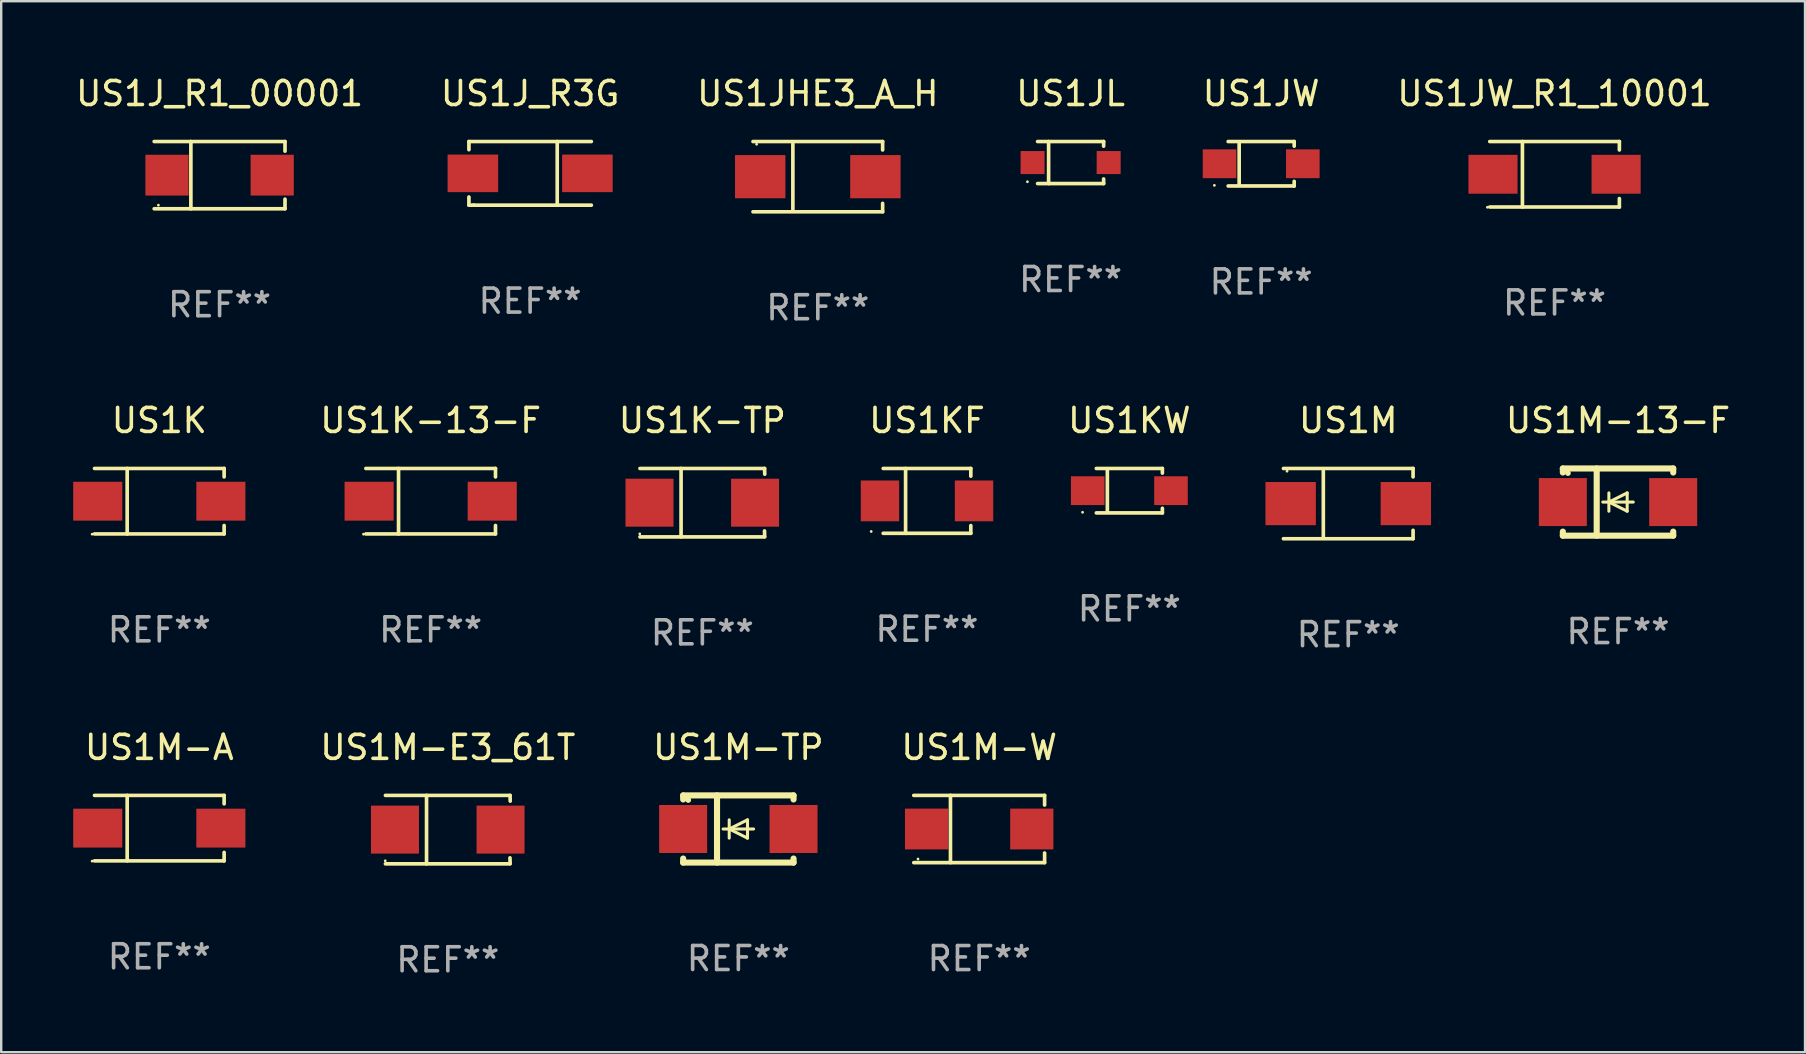
<source format=kicad_pcb>
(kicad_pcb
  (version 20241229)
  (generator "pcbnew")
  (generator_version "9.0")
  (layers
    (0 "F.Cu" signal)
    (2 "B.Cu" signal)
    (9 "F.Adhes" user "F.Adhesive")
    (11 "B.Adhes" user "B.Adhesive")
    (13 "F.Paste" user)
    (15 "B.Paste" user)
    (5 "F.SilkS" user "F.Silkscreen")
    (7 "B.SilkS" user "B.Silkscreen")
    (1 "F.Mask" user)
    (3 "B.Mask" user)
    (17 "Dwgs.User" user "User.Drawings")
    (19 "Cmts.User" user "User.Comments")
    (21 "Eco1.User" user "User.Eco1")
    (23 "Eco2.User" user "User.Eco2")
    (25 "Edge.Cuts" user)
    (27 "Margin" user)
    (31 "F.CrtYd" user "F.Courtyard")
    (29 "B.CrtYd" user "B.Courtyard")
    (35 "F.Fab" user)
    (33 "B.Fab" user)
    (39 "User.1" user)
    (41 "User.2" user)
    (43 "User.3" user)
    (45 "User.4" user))
  (footprint "US1K"
    (layer "F.Cu")
    (at 3.589 17.836)
    (property "Reference" "US1K" (at 0 -3.364 0) (layer "F.SilkS") (effects (font (size 1 1) (thickness 0.15))))
    (attr through_hole)
    (fp_line (start -2.701 -1.364) (end 2.701 -1.364) (stroke (width 0.152) (type solid)) (layer "F.SilkS"))
    (fp_line (start -2.701 1.364) (end 2.701 1.364) (stroke (width 0.152) (type solid)) (layer "F.SilkS"))
    (fp_line (start -1.339 -1.364) (end -1.339 1.364) (stroke (width 0.152) (type solid)) (layer "F.SilkS"))
    (fp_line (start 2.701 -1.364) (end 2.701 -1.013) (stroke (width 0.152) (type solid)) (layer "F.SilkS"))
    (fp_line (start 2.701 1.364) (end 2.701 1.013) (stroke (width 0.152) (type solid)) (layer "F.SilkS"))
    (fp_circle (center -2.8 1.375) (end -2.77 1.375) (stroke (width 0.06) (type solid)) (fill no) (layer "F.SilkS"))
    (fp_text user "REF**" (at 0 5.364 0) (layer "F.Fab") (effects (font (size 1 1) (thickness 0.15))))
    (pad "1" smd rect (at -2.565 -0.000025) (size 2.046 1.62) (layers "F.Cu" "F.Mask" "F.Paste"))
    (pad "2" smd rect (at 2.565 -0.000025) (size 2.046 1.62) (layers "F.Cu" "F.Mask" "F.Paste")))
  (footprint "US1JW"
    (layer "F.Cu")
    (at 49.506 3.774)
    (property "Reference" "US1JW" (at 0 -2.926 0) (layer "F.SilkS") (effects (font (size 1 1) (thickness 0.15))))
    (attr through_hole)
    (fp_line (start -1.376 -0.926) (end 1.376 -0.926) (stroke (width 0.152) (type solid)) (layer "F.SilkS"))
    (fp_line (start -1.376 0.926) (end 1.376 0.926) (stroke (width 0.152) (type solid)) (layer "F.SilkS"))
    (fp_line (start -0.917 -0.876) (end -0.917 0.876) (stroke (width 0.152) (type solid)) (layer "F.SilkS"))
    (fp_line (start 1.376 -0.926) (end 1.376 -0.733) (stroke (width 0.152) (type solid)) (layer "F.SilkS"))
    (fp_line (start 1.376 0.926) (end 1.376 0.733) (stroke (width 0.152) (type solid)) (layer "F.SilkS"))
    (fp_circle (center -1.95 0.9) (end -1.92 0.9) (stroke (width 0.06) (type solid)) (fill no) (layer "F.SilkS"))
    (fp_text user "REF**" (at 0 4.926 0) (layer "F.Fab") (effects (font (size 1 1) (thickness 0.15))))
    (pad "1" smd rect (at -1.735 0) (size 1.4 1.2) (layers "F.Cu" "F.Mask" "F.Paste"))
    (pad "2" smd rect (at 1.735 0) (size 1.4 1.2) (layers "F.Cu" "F.Mask" "F.Paste")))
  (footprint "US1M-TP"
    (layer "F.Cu")
    (at 27.719 31.496)
    (property "Reference" "US1M-TP" (at 0 -3.4 0) (layer "F.SilkS") (effects (font (size 1 1) (thickness 0.15))))
    (attr through_hole)
    (fp_line (start -2.3 -1.4) (end -2.3 -1.231) (stroke (width 0.254) (type solid)) (layer "F.SilkS"))
    (fp_line (start -2.3 -1.4) (end 2.3 -1.4) (stroke (width 0.254) (type solid)) (layer "F.SilkS"))
    (fp_line (start -2.3 1.231) (end -2.3 1.4) (stroke (width 0.254) (type solid)) (layer "F.SilkS"))
    (fp_line (start -2.3 1.4) (end 2.3 1.4) (stroke (width 0.254) (type solid)) (layer "F.SilkS"))
    (fp_line (start -0.889 1.4) (end -0.889 -1.4) (stroke (width 0.254) (type solid)) (layer "F.SilkS"))
    (fp_line (start -0.381 0) (end -0.381 -0.381) (stroke (width 0.127) (type solid)) (layer "F.SilkS"))
    (fp_line (start -0.381 0) (end -0.381 0.381) (stroke (width 0.127) (type solid)) (layer "F.SilkS"))
    (fp_line (start 0.381 -0.381) (end -0.381 0) (stroke (width 0.127) (type solid)) (layer "F.SilkS"))
    (fp_line (start 0.381 0) (end 0.381 -0.381) (stroke (width 0.127) (type solid)) (layer "F.SilkS"))
    (fp_line (start 0.381 0) (end 0.381 0.381) (stroke (width 0.127) (type solid)) (layer "F.SilkS"))
    (fp_line (start 0.381 0.381) (end -0.381 0) (stroke (width 0.127) (type solid)) (layer "F.SilkS"))
    (fp_line (start 0.635 0) (end -0.635 0) (stroke (width 0.127) (type solid)) (layer "F.SilkS"))
    (fp_line (start 2.3 -1.4) (end 2.3 -1.231) (stroke (width 0.254) (type solid)) (layer "F.SilkS"))
    (fp_line (start 2.3 1.231) (end 2.3 1.4) (stroke (width 0.254) (type solid)) (layer "F.SilkS"))
    (fp_circle (center -2.088 -1.208) (end -2.028 -1.208) (stroke (width 0.12) (type solid)) (fill no) (layer "F.SilkS"))
    (fp_text user "REF**" (at 0 5.4 0) (layer "F.Fab") (effects (font (size 1 1) (thickness 0.15))))
    (pad "1" smd rect (at -2.3 0 180) (size 2 2) (layers "F.Cu" "F.Mask" "F.Paste"))
    (pad "2" smd rect (at 2.3 0 180) (size 2 2) (layers "F.Cu" "F.Mask" "F.Paste")))
  (footprint "US1M-A"
    (layer "F.Cu")
    (at 3.589 31.46)
    (property "Reference" "US1M-A" (at 0 -3.364 0) (layer "F.SilkS") (effects (font (size 1 1) (thickness 0.15))))
    (attr through_hole)
    (fp_line (start -2.701 -1.364) (end 2.701 -1.364) (stroke (width 0.152) (type solid)) (layer "F.SilkS"))
    (fp_line (start -2.701 1.364) (end 2.701 1.364) (stroke (width 0.152) (type solid)) (layer "F.SilkS"))
    (fp_line (start -1.339 -1.364) (end -1.339 1.364) (stroke (width 0.152) (type solid)) (layer "F.SilkS"))
    (fp_line (start 2.701 -1.364) (end 2.701 -1.013) (stroke (width 0.152) (type solid)) (layer "F.SilkS"))
    (fp_line (start 2.701 1.364) (end 2.701 1.013) (stroke (width 0.152) (type solid)) (layer "F.SilkS"))
    (fp_circle (center -2.8 1.375) (end -2.77 1.375) (stroke (width 0.06) (type solid)) (fill no) (layer "F.SilkS"))
    (fp_text user "REF**" (at 0 5.364 0) (layer "F.Fab") (effects (font (size 1 1) (thickness 0.15))))
    (pad "1" smd rect (at -2.565 -0.000025) (size 2.046 1.62) (layers "F.Cu" "F.Mask" "F.Paste"))
    (pad "2" smd rect (at 2.565 -0.000025) (size 2.046 1.62) (layers "F.Cu" "F.Mask" "F.Paste")))
  (footprint "US1KW"
    (layer "F.Cu")
    (at 44.013 17.398)
    (property "Reference" "US1KW" (at 0 -2.926 0) (layer "F.SilkS") (effects (font (size 1 1) (thickness 0.15))))
    (attr through_hole)
    (fp_line (start -1.376 -0.926) (end 1.376 -0.926) (stroke (width 0.152) (type solid)) (layer "F.SilkS"))
    (fp_line (start -1.376 0.926) (end 1.376 0.926) (stroke (width 0.152) (type solid)) (layer "F.SilkS"))
    (fp_line (start -0.917 -0.876) (end -0.917 0.876) (stroke (width 0.152) (type solid)) (layer "F.SilkS"))
    (fp_line (start 1.376 -0.926) (end 1.376 -0.733) (stroke (width 0.152) (type solid)) (layer "F.SilkS"))
    (fp_line (start 1.376 0.926) (end 1.376 0.733) (stroke (width 0.152) (type solid)) (layer "F.SilkS"))
    (fp_circle (center -1.95 0.9) (end -1.92 0.9) (stroke (width 0.06) (type solid)) (fill no) (layer "F.SilkS"))
    (fp_text user "REF**" (at 0 4.926 0) (layer "F.Fab") (effects (font (size 1 1) (thickness 0.15))))
    (pad "1" smd rect (at -1.735 0) (size 1.4 1.2) (layers "F.Cu" "F.Mask" "F.Paste"))
    (pad "2" smd rect (at 1.735 0) (size 1.4 1.2) (layers "F.Cu" "F.Mask" "F.Paste")))
  (footprint "US1M-E3_61T"
    (layer "F.Cu")
    (at 15.612 31.522)
    (property "Reference" "US1M-E3_61T" (at 0 -3.426 0) (layer "F.SilkS") (effects (font (size 1 1) (thickness 0.15))))
    (attr through_hole)
    (fp_line (start -2.6 -1.426) (end 2.593 -1.426) (stroke (width 0.152) (type solid)) (layer "F.SilkS"))
    (fp_line (start -2.6 1.426) (end 2.593 1.426) (stroke (width 0.152) (type solid)) (layer "F.SilkS"))
    (fp_line (start -0.887 -1.426) (end -0.887 1.426) (stroke (width 0.152) (type solid)) (layer "F.SilkS"))
    (fp_line (start 2.59 1.176) (end 2.597 1.415) (stroke (width 0.152) (type solid)) (layer "F.SilkS"))
    (fp_line (start 2.593 -1.426) (end 2.6 -1.187) (stroke (width 0.152) (type solid)) (layer "F.SilkS"))
    (fp_circle (center -2.608 1.3) (end -2.578 1.3) (stroke (width 0.06) (type solid)) (fill no) (layer "F.SilkS"))
    (fp_text user "REF**" (at 0 5.426 0) (layer "F.Fab") (effects (font (size 1 1) (thickness 0.15))))
    (pad "1" smd rect (at -2.203 0 180) (size 2 2) (layers "F.Cu" "F.Mask" "F.Paste"))
    (pad "2" smd rect (at 2.197 0 180) (size 2 2) (layers "F.Cu" "F.Mask" "F.Paste")))
  (footprint "US1K-TP"
    (layer "F.Cu")
    (at 26.219 17.898)
    (property "Reference" "US1K-TP" (at 0 -3.426 0) (layer "F.SilkS") (effects (font (size 1 1) (thickness 0.15))))
    (attr through_hole)
    (fp_line (start -2.6 -1.426) (end 2.593 -1.426) (stroke (width 0.152) (type solid)) (layer "F.SilkS"))
    (fp_line (start -2.6 1.426) (end 2.593 1.426) (stroke (width 0.152) (type solid)) (layer "F.SilkS"))
    (fp_line (start -0.887 -1.426) (end -0.887 1.426) (stroke (width 0.152) (type solid)) (layer "F.SilkS"))
    (fp_line (start 2.59 1.176) (end 2.597 1.415) (stroke (width 0.152) (type solid)) (layer "F.SilkS"))
    (fp_line (start 2.593 -1.426) (end 2.6 -1.187) (stroke (width 0.152) (type solid)) (layer "F.SilkS"))
    (fp_circle (center -2.608 1.3) (end -2.578 1.3) (stroke (width 0.06) (type solid)) (fill no) (layer "F.SilkS"))
    (fp_text user "REF**" (at 0 5.426 0) (layer "F.Fab") (effects (font (size 1 1) (thickness 0.15))))
    (pad "1" smd rect (at -2.203 0 180) (size 2 2) (layers "F.Cu" "F.Mask" "F.Paste"))
    (pad "2" smd rect (at 2.197 0 180) (size 2 2) (layers "F.Cu" "F.Mask" "F.Paste")))
  (footprint "US1M-13-F"
    (layer "F.Cu")
    (at 64.377 17.872)
    (property "Reference" "US1M-13-F" (at 0 -3.4 0) (layer "F.SilkS") (effects (font (size 1 1) (thickness 0.15))))
    (attr through_hole)
    (fp_line (start -2.3 -1.4) (end -2.3 -1.231) (stroke (width 0.254) (type solid)) (layer "F.SilkS"))
    (fp_line (start -2.3 -1.4) (end 2.3 -1.4) (stroke (width 0.254) (type solid)) (layer "F.SilkS"))
    (fp_line (start -2.3 1.231) (end -2.3 1.4) (stroke (width 0.254) (type solid)) (layer "F.SilkS"))
    (fp_line (start -2.3 1.4) (end 2.3 1.4) (stroke (width 0.254) (type solid)) (layer "F.SilkS"))
    (fp_line (start -0.889 1.4) (end -0.889 -1.4) (stroke (width 0.254) (type solid)) (layer "F.SilkS"))
    (fp_line (start -0.381 0) (end -0.381 -0.381) (stroke (width 0.127) (type solid)) (layer "F.SilkS"))
    (fp_line (start -0.381 0) (end -0.381 0.381) (stroke (width 0.127) (type solid)) (layer "F.SilkS"))
    (fp_line (start 0.381 -0.381) (end -0.381 0) (stroke (width 0.127) (type solid)) (layer "F.SilkS"))
    (fp_line (start 0.381 0) (end 0.381 -0.381) (stroke (width 0.127) (type solid)) (layer "F.SilkS"))
    (fp_line (start 0.381 0) (end 0.381 0.381) (stroke (width 0.127) (type solid)) (layer "F.SilkS"))
    (fp_line (start 0.381 0.381) (end -0.381 0) (stroke (width 0.127) (type solid)) (layer "F.SilkS"))
    (fp_line (start 0.635 0) (end -0.635 0) (stroke (width 0.127) (type solid)) (layer "F.SilkS"))
    (fp_line (start 2.3 -1.4) (end 2.3 -1.231) (stroke (width 0.254) (type solid)) (layer "F.SilkS"))
    (fp_line (start 2.3 1.231) (end 2.3 1.4) (stroke (width 0.254) (type solid)) (layer "F.SilkS"))
    (fp_circle (center -2.088 -1.208) (end -2.028 -1.208) (stroke (width 0.12) (type solid)) (fill no) (layer "F.SilkS"))
    (fp_text user "REF**" (at 0 5.4 0) (layer "F.Fab") (effects (font (size 1 1) (thickness 0.15))))
    (pad "1" smd rect (at -2.3 0 180) (size 2 2) (layers "F.Cu" "F.Mask" "F.Paste"))
    (pad "2" smd rect (at 2.3 0 180) (size 2 2) (layers "F.Cu" "F.Mask" "F.Paste")))
  (footprint "US1M"
    (layer "F.Cu")
    (at 53.135 17.936)
    (property "Reference" "US1M" (at 0 -3.464 0) (layer "F.SilkS") (effects (font (size 1 1) (thickness 0.15))))
    (attr through_hole)
    (fp_line (start -2.701 -1.464) (end 2.701 -1.464) (stroke (width 0.152) (type solid)) (layer "F.SilkS"))
    (fp_line (start -2.701 1.464) (end 2.701 1.464) (stroke (width 0.152) (type solid)) (layer "F.SilkS"))
    (fp_line (start -1.039 -1.364) (end -1.039 1.364) (stroke (width 0.152) (type solid)) (layer "F.SilkS"))
    (fp_line (start 2.701 -1.464) (end 2.701 -1.113) (stroke (width 0.152) (type solid)) (layer "F.SilkS"))
    (fp_line (start 2.701 1.464) (end 2.701 1.113) (stroke (width 0.152) (type solid)) (layer "F.SilkS"))
    (fp_circle (center -2.55 -1.35) (end -2.52 -1.35) (stroke (width 0.06) (type solid)) (fill no) (layer "F.SilkS"))
    (fp_text user "REF**" (at 0 5.464 0) (layer "F.Fab") (effects (font (size 1 1) (thickness 0.15))))
    (pad "1" smd rect (at -2.4 0) (size 2.1 1.8) (layers "F.Cu" "F.Mask" "F.Paste"))
    (pad "2" smd rect (at 2.4 0) (size 2.1 1.8) (layers "F.Cu" "F.Mask" "F.Paste")))
  (footprint "US1KF"
    (layer "F.Cu")
    (at 35.58 17.823)
    (property "Reference" "US1KF" (at 0 -3.351 0) (layer "F.SilkS") (effects (font (size 1 1) (thickness 0.15))))
    (attr through_hole)
    (fp_line (start -1.826 -1.351) (end 1.826 -1.351) (stroke (width 0.152) (type solid)) (layer "F.SilkS"))
    (fp_line (start -1.826 1.351) (end 1.826 1.351) (stroke (width 0.152) (type solid)) (layer "F.SilkS"))
    (fp_line (start -0.892 -1.351) (end -0.892 1.351) (stroke (width 0.152) (type solid)) (layer "F.SilkS"))
    (fp_line (start 1.826 -1.351) (end 1.826 -1.03) (stroke (width 0.152) (type solid)) (layer "F.SilkS"))
    (fp_line (start 1.826 1.03) (end 1.826 1.351) (stroke (width 0.152) (type solid)) (layer "F.SilkS"))
    (fp_circle (center -2.325 1.275) (end -2.295 1.275) (stroke (width 0.06) (type solid)) (fill no) (layer "F.SilkS"))
    (fp_text user "REF**" (at 0 5.351 0) (layer "F.Fab") (effects (font (size 1 1) (thickness 0.15))))
    (pad "1" smd rect (at -1.96 0 180) (size 1.6 1.7) (layers "F.Cu" "F.Mask" "F.Paste"))
    (pad "2" smd rect (at 1.96 0 180) (size 1.6 1.7) (layers "F.Cu" "F.Mask" "F.Paste")))
  (footprint "US1JW_R1_10001"
    (layer "F.Cu")
    (at 61.732 4.212)
    (property "Reference" "US1JW_R1_10001" (at 0 -3.364 0) (layer "F.SilkS") (effects (font (size 1 1) (thickness 0.15))))
    (attr through_hole)
    (fp_line (start -2.701 -1.364) (end 2.701 -1.364) (stroke (width 0.152) (type solid)) (layer "F.SilkS"))
    (fp_line (start -2.701 1.364) (end 2.701 1.364) (stroke (width 0.152) (type solid)) (layer "F.SilkS"))
    (fp_line (start -1.339 -1.364) (end -1.339 1.364) (stroke (width 0.152) (type solid)) (layer "F.SilkS"))
    (fp_line (start 2.701 -1.364) (end 2.701 -1.013) (stroke (width 0.152) (type solid)) (layer "F.SilkS"))
    (fp_line (start 2.701 1.364) (end 2.701 1.013) (stroke (width 0.152) (type solid)) (layer "F.SilkS"))
    (fp_circle (center -2.8 1.375) (end -2.77 1.375) (stroke (width 0.06) (type solid)) (fill no) (layer "F.SilkS"))
    (fp_text user "REF**" (at 0 5.364 0) (layer "F.Fab") (effects (font (size 1 1) (thickness 0.15))))
    (pad "1" smd rect (at -2.565 -0.000025) (size 2.046 1.62) (layers "F.Cu" "F.Mask" "F.Paste"))
    (pad "2" smd rect (at 2.565 -0.000025) (size 2.046 1.62) (layers "F.Cu" "F.Mask" "F.Paste")))
  (footprint "US1JL"
    (layer "F.Cu")
    (at 41.565 3.724)
    (property "Reference" "US1JL" (at 0 -2.876 0) (layer "F.SilkS") (effects (font (size 1 1) (thickness 0.15))))
    (attr through_hole)
    (fp_line (start -1.376 -0.876) (end 1.376 -0.876) (stroke (width 0.152) (type solid)) (layer "F.SilkS"))
    (fp_line (start -1.376 0.876) (end 1.376 0.876) (stroke (width 0.152) (type solid)) (layer "F.SilkS"))
    (fp_line (start -0.917 -0.876) (end -0.917 0.876) (stroke (width 0.152) (type solid)) (layer "F.SilkS"))
    (fp_line (start 1.376 -0.876) (end 1.376 -0.683) (stroke (width 0.152) (type solid)) (layer "F.SilkS"))
    (fp_line (start 1.376 0.876) (end 1.376 0.683) (stroke (width 0.152) (type solid)) (layer "F.SilkS"))
    (fp_circle (center -1.8 0.8) (end -1.77 0.8) (stroke (width 0.06) (type solid)) (fill no) (layer "F.SilkS"))
    (fp_text user "REF**" (at 0 4.876 0) (layer "F.Fab") (effects (font (size 1 1) (thickness 0.15))))
    (pad "1" smd rect (at -1.585 0) (size 1 0.96) (layers "F.Cu" "F.Mask" "F.Paste"))
    (pad "2" smd rect (at 1.585 0) (size 1 0.96) (layers "F.Cu" "F.Mask" "F.Paste")))
  (footprint "US1K-13-F"
    (layer "F.Cu")
    (at 14.897 17.836)
    (property "Reference" "US1K-13-F" (at 0 -3.364 0) (layer "F.SilkS") (effects (font (size 1 1) (thickness 0.15))))
    (attr through_hole)
    (fp_line (start -2.701 -1.364) (end 2.701 -1.364) (stroke (width 0.152) (type solid)) (layer "F.SilkS"))
    (fp_line (start -2.701 1.364) (end 2.701 1.364) (stroke (width 0.152) (type solid)) (layer "F.SilkS"))
    (fp_line (start -1.339 -1.364) (end -1.339 1.364) (stroke (width 0.152) (type solid)) (layer "F.SilkS"))
    (fp_line (start 2.701 -1.364) (end 2.701 -1.013) (stroke (width 0.152) (type solid)) (layer "F.SilkS"))
    (fp_line (start 2.701 1.364) (end 2.701 1.013) (stroke (width 0.152) (type solid)) (layer "F.SilkS"))
    (fp_circle (center -2.8 1.375) (end -2.77 1.375) (stroke (width 0.06) (type solid)) (fill no) (layer "F.SilkS"))
    (fp_text user "REF**" (at 0 5.364 0) (layer "F.Fab") (effects (font (size 1 1) (thickness 0.15))))
    (pad "1" smd rect (at -2.565 -0.000025) (size 2.046 1.62) (layers "F.Cu" "F.Mask" "F.Paste"))
    (pad "2" smd rect (at 2.565 -0.000025) (size 2.046 1.62) (layers "F.Cu" "F.Mask" "F.Paste")))
  (footprint "US1J_R1_00001"
    (layer "F.Cu")
    (at 6.101 4.249)
    (property "Reference" "US1J_R1_00001" (at 0 -3.401 0) (layer "F.SilkS") (effects (font (size 1 1) (thickness 0.15))))
    (attr through_hole)
    (fp_line (start -2.726 -1.401) (end 2.726 -1.401) (stroke (width 0.152) (type solid)) (layer "F.SilkS"))
    (fp_line (start -2.726 1.401) (end 2.726 1.401) (stroke (width 0.152) (type solid)) (layer "F.SilkS"))
    (fp_line (start -1.197 -1.401) (end -1.197 1.401) (stroke (width 0.152) (type solid)) (layer "F.SilkS"))
    (fp_line (start 2.726 -1.401) (end 2.726 -1) (stroke (width 0.152) (type solid)) (layer "F.SilkS"))
    (fp_line (start 2.726 1.401) (end 2.726 1) (stroke (width 0.152) (type solid)) (layer "F.SilkS"))
    (fp_circle (center -2.55 1.25) (end -2.52 1.25) (stroke (width 0.06) (type solid)) (fill no) (layer "F.SilkS"))
    (fp_text user "REF**" (at 0 5.401 0) (layer "F.Fab") (effects (font (size 1 1) (thickness 0.15))))
    (pad "1" smd rect (at -2.192 0) (size 1.8 1.7) (layers "F.Cu" "F.Mask" "F.Paste"))
    (pad "2" smd rect (at 2.192 0) (size 1.8 1.7) (layers "F.Cu" "F.Mask" "F.Paste")))
  (footprint "US1M-W"
    (layer "F.Cu")
    (at 37.755 31.497)
    (property "Reference" "US1M-W" (at 0 -3.401 0) (layer "F.SilkS") (effects (font (size 1 1) (thickness 0.15))))
    (attr through_hole)
    (fp_line (start -2.726 -1.401) (end 2.726 -1.401) (stroke (width 0.152) (type solid)) (layer "F.SilkS"))
    (fp_line (start -2.726 1.401) (end 2.726 1.401) (stroke (width 0.152) (type solid)) (layer "F.SilkS"))
    (fp_line (start -1.197 -1.401) (end -1.197 1.401) (stroke (width 0.152) (type solid)) (layer "F.SilkS"))
    (fp_line (start 2.726 -1.401) (end 2.726 -1) (stroke (width 0.152) (type solid)) (layer "F.SilkS"))
    (fp_line (start 2.726 1.401) (end 2.726 1) (stroke (width 0.152) (type solid)) (layer "F.SilkS"))
    (fp_circle (center -2.55 1.25) (end -2.52 1.25) (stroke (width 0.06) (type solid)) (fill no) (layer "F.SilkS"))
    (fp_text user "REF**" (at 0 5.401 0) (layer "F.Fab") (effects (font (size 1 1) (thickness 0.15))))
    (pad "1" smd rect (at -2.192 0) (size 1.8 1.7) (layers "F.Cu" "F.Mask" "F.Paste"))
    (pad "2" smd rect (at 2.192 0) (size 1.8 1.7) (layers "F.Cu" "F.Mask" "F.Paste")))
  (footprint "US1JHE3_A_H"
    (layer "F.Cu")
    (at 31.03 4.312)
    (property "Reference" "US1JHE3_A_H" (at 0 -3.464 0) (layer "F.SilkS") (effects (font (size 1 1) (thickness 0.15))))
    (attr through_hole)
    (fp_line (start -2.701 -1.464) (end 2.701 -1.464) (stroke (width 0.152) (type solid)) (layer "F.SilkS"))
    (fp_line (start -2.701 1.464) (end 2.701 1.464) (stroke (width 0.152) (type solid)) (layer "F.SilkS"))
    (fp_line (start -1.039 -1.364) (end -1.039 1.364) (stroke (width 0.152) (type solid)) (layer "F.SilkS"))
    (fp_line (start 2.701 -1.464) (end 2.701 -1.113) (stroke (width 0.152) (type solid)) (layer "F.SilkS"))
    (fp_line (start 2.701 1.464) (end 2.701 1.113) (stroke (width 0.152) (type solid)) (layer "F.SilkS"))
    (fp_circle (center -2.55 -1.35) (end -2.52 -1.35) (stroke (width 0.06) (type solid)) (fill no) (layer "F.SilkS"))
    (fp_text user "REF**" (at 0 5.464 0) (layer "F.Fab") (effects (font (size 1 1) (thickness 0.15))))
    (pad "1" smd rect (at -2.4 0) (size 2.1 1.8) (layers "F.Cu" "F.Mask" "F.Paste"))
    (pad "2" smd rect (at 2.4 0) (size 2.1 1.8) (layers "F.Cu" "F.Mask" "F.Paste")))
  (footprint "US1J_R3G"
    (layer "F.Cu")
    (at 19.042 4.174)
    (property "Reference" "US1J_R3G" (at 0 -3.326 0) (layer "F.SilkS") (effects (font (size 1 1) (thickness 0.15))))
    (attr through_hole)
    (fp_line (start -2.551 -1.326) (end -2.551 -0.986) (stroke (width 0.152) (type solid)) (layer "F.SilkS"))
    (fp_line (start -2.551 1.326) (end -2.551 0.986) (stroke (width 0.152) (type solid)) (layer "F.SilkS"))
    (fp_line (start 1.129 1.326) (end 1.129 -1.326) (stroke (width 0.152) (type solid)) (layer "F.SilkS"))
    (fp_line (start 2.551 -1.326) (end -2.551 -1.326) (stroke (width 0.152) (type solid)) (layer "F.SilkS"))
    (fp_line (start 2.551 1.326) (end -2.551 1.326) (stroke (width 0.152) (type solid)) (layer "F.SilkS"))
    (fp_circle (center -2.35 1.3) (end -2.32 1.3) (stroke (width 0.06) (type solid)) (fill no) (layer "F.SilkS"))
    (fp_text user "REF**" (at 0 5.326 0) (layer "F.Fab") (effects (font (size 1 1) (thickness 0.15))))
    (pad "1" smd rect (at -2.386 0) (size 2.107 1.566) (layers "F.Cu" "F.Mask" "F.Paste"))
    (pad "2" smd rect (at 2.386 0) (size 2.107 1.566) (layers "F.Cu" "F.Mask" "F.Paste")))
  (gr_rect
    (start -3 -3)
    (end 72.169 40.797)
    (stroke (width 0.1) (type default))
    (fill no)
    (layer "Edge.Cuts")))
</source>
